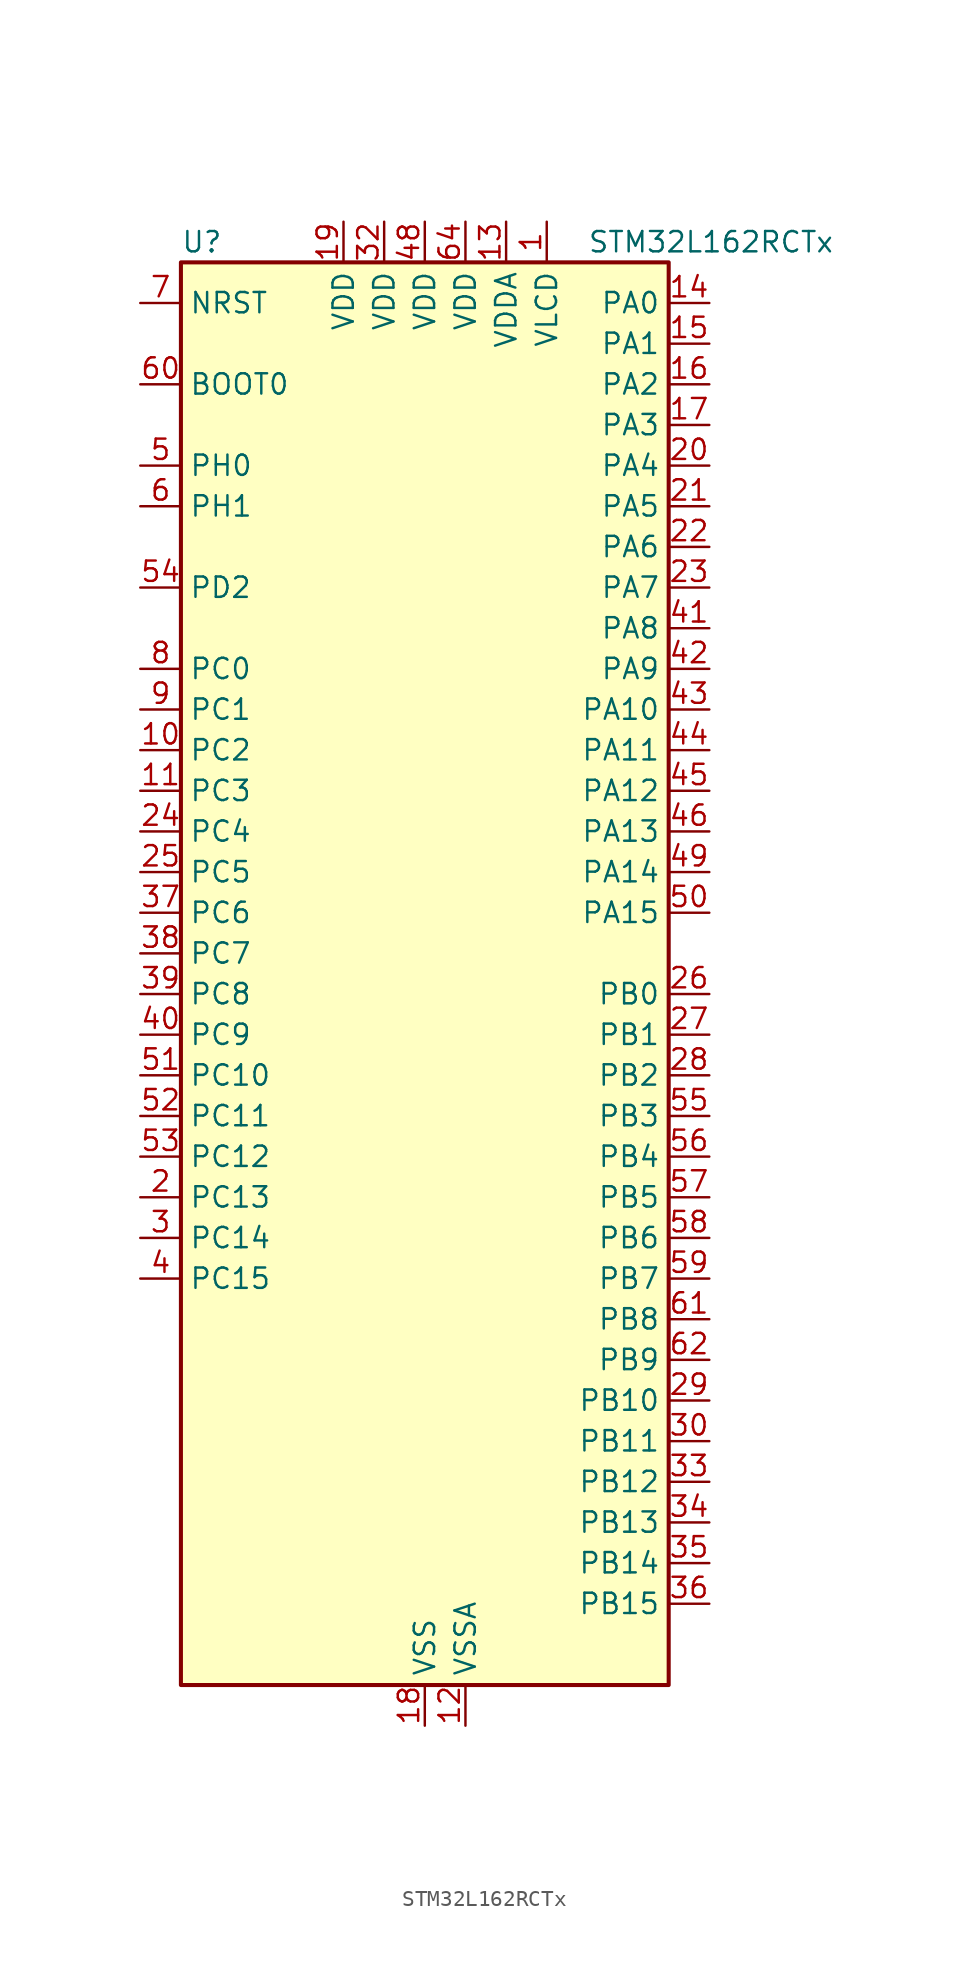
<source format=kicad_sym>
(kicad_symbol_lib
  (version 20231120)
  (generator "kicad-library-utils")
  (generator_version "8.0")
  (symbol "STM32L162RCTx"
    (property "Reference" "U"
      (at -15.24 46.99 0)
      (effects (font (size 1.27 1.27)) (justify left)))
    (property "Value" "STM32L162RCTx"
      (at 10.16 46.99 0)
      (effects (font (size 1.27 1.27)) (justify left)))
    (symbol "STM32L162RCTx_0_1"
      (rectangle (start -15.24 -43.18) (end 15.24 45.72) (stroke (width 0.254) (type default)) (fill (type background))))
    (symbol "STM32L162RCTx_1_1"
      (pin power_in line (at 7.62 48.26 270) (length 2.54) (name "VLCD" (effects (font (size 1.27 1.27)))) (number "1" (effects (font (size 1.27 1.27)))))
      (pin bidirectional line (at -17.78 15.24 0) (length 2.54) (name "PC2" (effects (font (size 1.27 1.27)))) (number "10" (effects (font (size 1.27 1.27)))) (alternate "ADC_IN12" bidirectional line) (alternate "COMP1_INP" bidirectional line) (alternate "LCD_SEG20" bidirectional line) (alternate "TIMX_IC3" bidirectional line) (alternate "TS_G8_IO3" bidirectional line))
      (pin bidirectional line (at -17.78 12.7 0) (length 2.54) (name "PC3" (effects (font (size 1.27 1.27)))) (number "11" (effects (font (size 1.27 1.27)))) (alternate "ADC_IN13" bidirectional line) (alternate "COMP1_INP" bidirectional line) (alternate "LCD_SEG21" bidirectional line) (alternate "TIMX_IC4" bidirectional line) (alternate "TS_G8_IO4" bidirectional line))
      (pin power_in line (at 2.54 -45.72 90) (length 2.54) (name "VSSA" (effects (font (size 1.27 1.27)))) (number "12" (effects (font (size 1.27 1.27)))))
      (pin power_in line (at 5.08 48.26 270) (length 2.54) (name "VDDA" (effects (font (size 1.27 1.27)))) (number "13" (effects (font (size 1.27 1.27)))))
      (pin bidirectional line (at 17.78 43.18 180) (length 2.54) (name "PA0" (effects (font (size 1.27 1.27)))) (number "14" (effects (font (size 1.27 1.27)))) (alternate "ADC_IN0" bidirectional line) (alternate "COMP1_INP" bidirectional line) (alternate "RTC_TAMP2" bidirectional line) (alternate "SYS_WKUP1" bidirectional line) (alternate "TIM2_CH1" bidirectional line) (alternate "TIM2_ETR" bidirectional line) (alternate "TIM5_CH1" bidirectional line) (alternate "TIMX_IC1" bidirectional line) (alternate "TS_G1_IO1" bidirectional line) (alternate "USART2_CTS" bidirectional line))
      (pin bidirectional line (at 17.78 40.64 180) (length 2.54) (name "PA1" (effects (font (size 1.27 1.27)))) (number "15" (effects (font (size 1.27 1.27)))) (alternate "ADC_IN1" bidirectional line) (alternate "COMP1_INP" bidirectional line) (alternate "LCD_SEG0" bidirectional line) (alternate "OPAMP1_VINP" bidirectional line) (alternate "TIM2_CH2" bidirectional line) (alternate "TIM5_CH2" bidirectional line) (alternate "TIMX_IC2" bidirectional line) (alternate "TS_G1_IO2" bidirectional line) (alternate "USART2_RTS" bidirectional line))
      (pin bidirectional line (at 17.78 38.1 180) (length 2.54) (name "PA2" (effects (font (size 1.27 1.27)))) (number "16" (effects (font (size 1.27 1.27)))) (alternate "ADC_IN2" bidirectional line) (alternate "COMP1_INP" bidirectional line) (alternate "LCD_SEG1" bidirectional line) (alternate "OPAMP1_VINM" bidirectional line) (alternate "TIM2_CH3" bidirectional line) (alternate "TIM5_CH3" bidirectional line) (alternate "TIM9_CH1" bidirectional line) (alternate "TIMX_IC3" bidirectional line) (alternate "TS_G1_IO3" bidirectional line) (alternate "USART2_TX" bidirectional line))
      (pin bidirectional line (at 17.78 35.56 180) (length 2.54) (name "PA3" (effects (font (size 1.27 1.27)))) (number "17" (effects (font (size 1.27 1.27)))) (alternate "ADC_IN3" bidirectional line) (alternate "COMP1_INP" bidirectional line) (alternate "LCD_SEG2" bidirectional line) (alternate "OPAMP1_VOUT" bidirectional line) (alternate "TIM2_CH4" bidirectional line) (alternate "TIM5_CH4" bidirectional line) (alternate "TIM9_CH2" bidirectional line) (alternate "TIMX_IC4" bidirectional line) (alternate "TS_G1_IO4" bidirectional line) (alternate "USART2_RX" bidirectional line))
      (pin power_in line (at 0 -45.72 90) (length 2.54) (name "VSS" (effects (font (size 1.27 1.27)))) (number "18" (effects (font (size 1.27 1.27)))))
      (pin power_in line (at -5.08 48.26 270) (length 2.54) (name "VDD" (effects (font (size 1.27 1.27)))) (number "19" (effects (font (size 1.27 1.27)))))
      (pin bidirectional line (at -17.78 -12.7 0) (length 2.54) (name "PC13" (effects (font (size 1.27 1.27)))) (number "2" (effects (font (size 1.27 1.27)))) (alternate "RTC_OUT_ALARM" bidirectional line) (alternate "RTC_OUT_CALIB" bidirectional line) (alternate "RTC_TAMP1" bidirectional line) (alternate "RTC_TS" bidirectional line) (alternate "SYS_WKUP2" bidirectional line) (alternate "TIMX_IC2" bidirectional line))
      (pin bidirectional line (at 17.78 33.02 180) (length 2.54) (name "PA4" (effects (font (size 1.27 1.27)))) (number "20" (effects (font (size 1.27 1.27)))) (alternate "ADC_IN4" bidirectional line) (alternate "COMP1_INP" bidirectional line) (alternate "DAC_OUT1" bidirectional line) (alternate "I2S3_WS" bidirectional line) (alternate "SPI1_NSS" bidirectional line) (alternate "SPI3_NSS" bidirectional line) (alternate "TIMX_IC1" bidirectional line) (alternate "USART2_CK" bidirectional line))
      (pin bidirectional line (at 17.78 30.48 180) (length 2.54) (name "PA5" (effects (font (size 1.27 1.27)))) (number "21" (effects (font (size 1.27 1.27)))) (alternate "ADC_IN5" bidirectional line) (alternate "COMP1_INP" bidirectional line) (alternate "DAC_OUT2" bidirectional line) (alternate "SPI1_SCK" bidirectional line) (alternate "TIM2_CH1" bidirectional line) (alternate "TIM2_ETR" bidirectional line) (alternate "TIMX_IC2" bidirectional line))
      (pin bidirectional line (at 17.78 27.94 180) (length 2.54) (name "PA6" (effects (font (size 1.27 1.27)))) (number "22" (effects (font (size 1.27 1.27)))) (alternate "ADC_IN6" bidirectional line) (alternate "COMP1_INP" bidirectional line) (alternate "LCD_SEG3" bidirectional line) (alternate "OPAMP2_VINP" bidirectional line) (alternate "SPI1_MISO" bidirectional line) (alternate "TIM10_CH1" bidirectional line) (alternate "TIM3_CH1" bidirectional line) (alternate "TIMX_IC3" bidirectional line) (alternate "TS_G2_IO1" bidirectional line))
      (pin bidirectional line (at 17.78 25.4 180) (length 2.54) (name "PA7" (effects (font (size 1.27 1.27)))) (number "23" (effects (font (size 1.27 1.27)))) (alternate "ADC_IN7" bidirectional line) (alternate "COMP1_INP" bidirectional line) (alternate "LCD_SEG4" bidirectional line) (alternate "OPAMP2_VINM" bidirectional line) (alternate "SPI1_MOSI" bidirectional line) (alternate "TIM11_CH1" bidirectional line) (alternate "TIM3_CH2" bidirectional line) (alternate "TIMX_IC4" bidirectional line) (alternate "TS_G2_IO2" bidirectional line))
      (pin bidirectional line (at -17.78 10.16 0) (length 2.54) (name "PC4" (effects (font (size 1.27 1.27)))) (number "24" (effects (font (size 1.27 1.27)))) (alternate "ADC_IN14" bidirectional line) (alternate "COMP1_INP" bidirectional line) (alternate "LCD_SEG22" bidirectional line) (alternate "TIMX_IC1" bidirectional line) (alternate "TS_G9_IO1" bidirectional line))
      (pin bidirectional line (at -17.78 7.62 0) (length 2.54) (name "PC5" (effects (font (size 1.27 1.27)))) (number "25" (effects (font (size 1.27 1.27)))) (alternate "ADC_IN15" bidirectional line) (alternate "COMP1_INP" bidirectional line) (alternate "LCD_SEG23" bidirectional line) (alternate "TIMX_IC2" bidirectional line) (alternate "TS_G9_IO2" bidirectional line))
      (pin bidirectional line (at 17.78 0 180) (length 2.54) (name "PB0" (effects (font (size 1.27 1.27)))) (number "26" (effects (font (size 1.27 1.27)))) (alternate "ADC_IN8" bidirectional line) (alternate "COMP1_INP" bidirectional line) (alternate "LCD_SEG5" bidirectional line) (alternate "OPAMP2_VOUT" bidirectional line) (alternate "SYS_V_REF_OUT" bidirectional line) (alternate "TIM3_CH3" bidirectional line) (alternate "TS_G3_IO1" bidirectional line))
      (pin bidirectional line (at 17.78 -2.54 180) (length 2.54) (name "PB1" (effects (font (size 1.27 1.27)))) (number "27" (effects (font (size 1.27 1.27)))) (alternate "ADC_IN9" bidirectional line) (alternate "COMP1_INP" bidirectional line) (alternate "LCD_SEG6" bidirectional line) (alternate "SYS_V_REF_OUT" bidirectional line) (alternate "TIM3_CH4" bidirectional line) (alternate "TS_G3_IO2" bidirectional line))
      (pin bidirectional line (at 17.78 -5.08 180) (length 2.54) (name "PB2" (effects (font (size 1.27 1.27)))) (number "28" (effects (font (size 1.27 1.27)))) (alternate "TS_G3_IO3" bidirectional line))
      (pin bidirectional line (at 17.78 -25.4 180) (length 2.54) (name "PB10" (effects (font (size 1.27 1.27)))) (number "29" (effects (font (size 1.27 1.27)))) (alternate "I2C2_SCL" bidirectional line) (alternate "LCD_SEG10" bidirectional line) (alternate "TIM2_CH3" bidirectional line) (alternate "USART3_TX" bidirectional line))
      (pin bidirectional line (at -17.78 -15.24 0) (length 2.54) (name "PC14" (effects (font (size 1.27 1.27)))) (number "3" (effects (font (size 1.27 1.27)))) (alternate "RCC_OSC32_IN" bidirectional line) (alternate "TIMX_IC3" bidirectional line))
      (pin bidirectional line (at 17.78 -27.94 180) (length 2.54) (name "PB11" (effects (font (size 1.27 1.27)))) (number "30" (effects (font (size 1.27 1.27)))) (alternate "ADC_EXTI11" bidirectional line) (alternate "I2C2_SDA" bidirectional line) (alternate "LCD_SEG11" bidirectional line) (alternate "TIM2_CH4" bidirectional line) (alternate "USART3_RX" bidirectional line))
      (pin passive line (at 0 -45.72 90) (length 2.54) hide (name "VSS" (effects (font (size 1.27 1.27)))) (number "31" (effects (font (size 1.27 1.27)))))
      (pin power_in line (at -2.54 48.26 270) (length 2.54) (name "VDD" (effects (font (size 1.27 1.27)))) (number "32" (effects (font (size 1.27 1.27)))))
      (pin bidirectional line (at 17.78 -30.48 180) (length 2.54) (name "PB12" (effects (font (size 1.27 1.27)))) (number "33" (effects (font (size 1.27 1.27)))) (alternate "ADC_IN18" bidirectional line) (alternate "COMP1_INP" bidirectional line) (alternate "I2C2_SMBA" bidirectional line) (alternate "I2S2_WS" bidirectional line) (alternate "LCD_SEG12" bidirectional line) (alternate "SPI2_NSS" bidirectional line) (alternate "TIM10_CH1" bidirectional line) (alternate "TS_G7_IO1" bidirectional line) (alternate "USART3_CK" bidirectional line))
      (pin bidirectional line (at 17.78 -33.02 180) (length 2.54) (name "PB13" (effects (font (size 1.27 1.27)))) (number "34" (effects (font (size 1.27 1.27)))) (alternate "ADC_IN19" bidirectional line) (alternate "COMP1_INP" bidirectional line) (alternate "I2S2_CK" bidirectional line) (alternate "LCD_SEG13" bidirectional line) (alternate "SPI2_SCK" bidirectional line) (alternate "TIM9_CH1" bidirectional line) (alternate "TS_G7_IO2" bidirectional line) (alternate "USART3_CTS" bidirectional line))
      (pin bidirectional line (at 17.78 -35.56 180) (length 2.54) (name "PB14" (effects (font (size 1.27 1.27)))) (number "35" (effects (font (size 1.27 1.27)))) (alternate "ADC_IN20" bidirectional line) (alternate "COMP1_INP" bidirectional line) (alternate "LCD_SEG14" bidirectional line) (alternate "SPI2_MISO" bidirectional line) (alternate "TIM9_CH2" bidirectional line) (alternate "TS_G7_IO3" bidirectional line) (alternate "USART3_RTS" bidirectional line))
      (pin bidirectional line (at 17.78 -38.1 180) (length 2.54) (name "PB15" (effects (font (size 1.27 1.27)))) (number "36" (effects (font (size 1.27 1.27)))) (alternate "ADC_EXTI15" bidirectional line) (alternate "ADC_IN21" bidirectional line) (alternate "COMP1_INP" bidirectional line) (alternate "I2S2_SD" bidirectional line) (alternate "LCD_SEG15" bidirectional line) (alternate "RTC_REFIN" bidirectional line) (alternate "SPI2_MOSI" bidirectional line) (alternate "TIM11_CH1" bidirectional line) (alternate "TS_G7_IO4" bidirectional line))
      (pin bidirectional line (at -17.78 5.08 0) (length 2.54) (name "PC6" (effects (font (size 1.27 1.27)))) (number "37" (effects (font (size 1.27 1.27)))) (alternate "I2S2_MCK" bidirectional line) (alternate "LCD_SEG24" bidirectional line) (alternate "TIM3_CH1" bidirectional line) (alternate "TIMX_IC3" bidirectional line) (alternate "TS_G10_IO1" bidirectional line))
      (pin bidirectional line (at -17.78 2.54 0) (length 2.54) (name "PC7" (effects (font (size 1.27 1.27)))) (number "38" (effects (font (size 1.27 1.27)))) (alternate "I2S3_MCK" bidirectional line) (alternate "LCD_SEG25" bidirectional line) (alternate "TIM3_CH2" bidirectional line) (alternate "TIMX_IC4" bidirectional line) (alternate "TS_G10_IO2" bidirectional line))
      (pin bidirectional line (at -17.78 0 0) (length 2.54) (name "PC8" (effects (font (size 1.27 1.27)))) (number "39" (effects (font (size 1.27 1.27)))) (alternate "LCD_SEG26" bidirectional line) (alternate "TIM3_CH3" bidirectional line) (alternate "TIMX_IC1" bidirectional line) (alternate "TS_G10_IO3" bidirectional line))
      (pin bidirectional line (at -17.78 -17.78 0) (length 2.54) (name "PC15" (effects (font (size 1.27 1.27)))) (number "4" (effects (font (size 1.27 1.27)))) (alternate "ADC_EXTI15" bidirectional line) (alternate "RCC_OSC32_OUT" bidirectional line) (alternate "TIMX_IC4" bidirectional line))
      (pin bidirectional line (at -17.78 -2.54 0) (length 2.54) (name "PC9" (effects (font (size 1.27 1.27)))) (number "40" (effects (font (size 1.27 1.27)))) (alternate "DAC_EXTI9" bidirectional line) (alternate "LCD_SEG27" bidirectional line) (alternate "TIM3_CH4" bidirectional line) (alternate "TIMX_IC2" bidirectional line) (alternate "TS_G10_IO4" bidirectional line))
      (pin bidirectional line (at 17.78 22.86 180) (length 2.54) (name "PA8" (effects (font (size 1.27 1.27)))) (number "41" (effects (font (size 1.27 1.27)))) (alternate "LCD_COM0" bidirectional line) (alternate "RCC_MCO" bidirectional line) (alternate "TIMX_IC1" bidirectional line) (alternate "TS_G4_IO1" bidirectional line) (alternate "USART1_CK" bidirectional line))
      (pin bidirectional line (at 17.78 20.32 180) (length 2.54) (name "PA9" (effects (font (size 1.27 1.27)))) (number "42" (effects (font (size 1.27 1.27)))) (alternate "DAC_EXTI9" bidirectional line) (alternate "LCD_COM1" bidirectional line) (alternate "TIMX_IC2" bidirectional line) (alternate "TS_G4_IO2" bidirectional line) (alternate "USART1_TX" bidirectional line))
      (pin bidirectional line (at 17.78 17.78 180) (length 2.54) (name "PA10" (effects (font (size 1.27 1.27)))) (number "43" (effects (font (size 1.27 1.27)))) (alternate "LCD_COM2" bidirectional line) (alternate "TIMX_IC3" bidirectional line) (alternate "TS_G4_IO3" bidirectional line) (alternate "USART1_RX" bidirectional line))
      (pin bidirectional line (at 17.78 15.24 180) (length 2.54) (name "PA11" (effects (font (size 1.27 1.27)))) (number "44" (effects (font (size 1.27 1.27)))) (alternate "ADC_EXTI11" bidirectional line) (alternate "SPI1_MISO" bidirectional line) (alternate "TIMX_IC4" bidirectional line) (alternate "USART1_CTS" bidirectional line) (alternate "USB_DM" bidirectional line))
      (pin bidirectional line (at 17.78 12.7 180) (length 2.54) (name "PA12" (effects (font (size 1.27 1.27)))) (number "45" (effects (font (size 1.27 1.27)))) (alternate "SPI1_MOSI" bidirectional line) (alternate "TIMX_IC1" bidirectional line) (alternate "USART1_RTS" bidirectional line) (alternate "USB_DP" bidirectional line))
      (pin bidirectional line (at 17.78 10.16 180) (length 2.54) (name "PA13" (effects (font (size 1.27 1.27)))) (number "46" (effects (font (size 1.27 1.27)))) (alternate "SYS_JTMS-SWDIO" bidirectional line) (alternate "TIMX_IC2" bidirectional line) (alternate "TS_G5_IO1" bidirectional line))
      (pin passive line (at 0 -45.72 90) (length 2.54) hide (name "VSS" (effects (font (size 1.27 1.27)))) (number "47" (effects (font (size 1.27 1.27)))))
      (pin power_in line (at 0 48.26 270) (length 2.54) (name "VDD" (effects (font (size 1.27 1.27)))) (number "48" (effects (font (size 1.27 1.27)))))
      (pin bidirectional line (at 17.78 7.62 180) (length 2.54) (name "PA14" (effects (font (size 1.27 1.27)))) (number "49" (effects (font (size 1.27 1.27)))) (alternate "SYS_JTCK-SWCLK" bidirectional line) (alternate "TIMX_IC3" bidirectional line) (alternate "TS_G5_IO2" bidirectional line))
      (pin bidirectional line (at -17.78 33.02 0) (length 2.54) (name "PH0" (effects (font (size 1.27 1.27)))) (number "5" (effects (font (size 1.27 1.27)))) (alternate "RCC_OSC_IN" bidirectional line))
      (pin bidirectional line (at 17.78 5.08 180) (length 2.54) (name "PA15" (effects (font (size 1.27 1.27)))) (number "50" (effects (font (size 1.27 1.27)))) (alternate "ADC_EXTI15" bidirectional line) (alternate "I2S3_WS" bidirectional line) (alternate "LCD_SEG17" bidirectional line) (alternate "SPI1_NSS" bidirectional line) (alternate "SPI3_NSS" bidirectional line) (alternate "SYS_JTDI" bidirectional line) (alternate "TIM2_CH1" bidirectional line) (alternate "TIM2_ETR" bidirectional line) (alternate "TIMX_IC4" bidirectional line) (alternate "TS_G5_IO3" bidirectional line))
      (pin bidirectional line (at -17.78 -5.08 0) (length 2.54) (name "PC10" (effects (font (size 1.27 1.27)))) (number "51" (effects (font (size 1.27 1.27)))) (alternate "I2S3_CK" bidirectional line) (alternate "LCD_COM4" bidirectional line) (alternate "LCD_SEG28" bidirectional line) (alternate "SPI3_SCK" bidirectional line) (alternate "TIMX_IC3" bidirectional line) (alternate "USART3_TX" bidirectional line))
      (pin bidirectional line (at -17.78 -7.62 0) (length 2.54) (name "PC11" (effects (font (size 1.27 1.27)))) (number "52" (effects (font (size 1.27 1.27)))) (alternate "ADC_EXTI11" bidirectional line) (alternate "LCD_COM5" bidirectional line) (alternate "LCD_SEG29" bidirectional line) (alternate "SPI3_MISO" bidirectional line) (alternate "TIMX_IC4" bidirectional line) (alternate "USART3_RX" bidirectional line))
      (pin bidirectional line (at -17.78 -10.16 0) (length 2.54) (name "PC12" (effects (font (size 1.27 1.27)))) (number "53" (effects (font (size 1.27 1.27)))) (alternate "I2S3_SD" bidirectional line) (alternate "LCD_COM6" bidirectional line) (alternate "LCD_SEG30" bidirectional line) (alternate "SPI3_MOSI" bidirectional line) (alternate "TIMX_IC1" bidirectional line) (alternate "USART3_CK" bidirectional line))
      (pin bidirectional line (at -17.78 25.4 0) (length 2.54) (name "PD2" (effects (font (size 1.27 1.27)))) (number "54" (effects (font (size 1.27 1.27)))) (alternate "LCD_COM7" bidirectional line) (alternate "LCD_SEG31" bidirectional line) (alternate "TIM3_ETR" bidirectional line) (alternate "TIMX_IC3" bidirectional line))
      (pin bidirectional line (at 17.78 -7.62 180) (length 2.54) (name "PB3" (effects (font (size 1.27 1.27)))) (number "55" (effects (font (size 1.27 1.27)))) (alternate "COMP2_INM" bidirectional line) (alternate "I2S3_CK" bidirectional line) (alternate "LCD_SEG7" bidirectional line) (alternate "SPI1_SCK" bidirectional line) (alternate "SPI3_SCK" bidirectional line) (alternate "SYS_JTDO-TRACESWO" bidirectional line) (alternate "TIM2_CH2" bidirectional line))
      (pin bidirectional line (at 17.78 -10.16 180) (length 2.54) (name "PB4" (effects (font (size 1.27 1.27)))) (number "56" (effects (font (size 1.27 1.27)))) (alternate "COMP2_INP" bidirectional line) (alternate "LCD_SEG8" bidirectional line) (alternate "SPI1_MISO" bidirectional line) (alternate "SPI3_MISO" bidirectional line) (alternate "SYS_JTRST" bidirectional line) (alternate "TIM3_CH1" bidirectional line) (alternate "TS_G6_IO1" bidirectional line))
      (pin bidirectional line (at 17.78 -12.7 180) (length 2.54) (name "PB5" (effects (font (size 1.27 1.27)))) (number "57" (effects (font (size 1.27 1.27)))) (alternate "COMP2_INP" bidirectional line) (alternate "I2C1_SMBA" bidirectional line) (alternate "I2S3_SD" bidirectional line) (alternate "LCD_SEG9" bidirectional line) (alternate "SPI1_MOSI" bidirectional line) (alternate "SPI3_MOSI" bidirectional line) (alternate "TIM3_CH2" bidirectional line) (alternate "TS_G6_IO2" bidirectional line))
      (pin bidirectional line (at 17.78 -15.24 180) (length 2.54) (name "PB6" (effects (font (size 1.27 1.27)))) (number "58" (effects (font (size 1.27 1.27)))) (alternate "COMP2_INP" bidirectional line) (alternate "I2C1_SCL" bidirectional line) (alternate "TIM4_CH1" bidirectional line) (alternate "TS_G6_IO3" bidirectional line) (alternate "USART1_TX" bidirectional line))
      (pin bidirectional line (at 17.78 -17.78 180) (length 2.54) (name "PB7" (effects (font (size 1.27 1.27)))) (number "59" (effects (font (size 1.27 1.27)))) (alternate "COMP2_INP" bidirectional line) (alternate "I2C1_SDA" bidirectional line) (alternate "SYS_PVD_IN" bidirectional line) (alternate "TIM4_CH2" bidirectional line) (alternate "TS_G6_IO4" bidirectional line) (alternate "USART1_RX" bidirectional line))
      (pin bidirectional line (at -17.78 30.48 0) (length 2.54) (name "PH1" (effects (font (size 1.27 1.27)))) (number "6" (effects (font (size 1.27 1.27)))) (alternate "RCC_OSC_OUT" bidirectional line))
      (pin input line (at -17.78 38.1 0) (length 2.54) (name "BOOT0" (effects (font (size 1.27 1.27)))) (number "60" (effects (font (size 1.27 1.27)))))
      (pin bidirectional line (at 17.78 -20.32 180) (length 2.54) (name "PB8" (effects (font (size 1.27 1.27)))) (number "61" (effects (font (size 1.27 1.27)))) (alternate "I2C1_SCL" bidirectional line) (alternate "LCD_SEG16" bidirectional line) (alternate "TIM10_CH1" bidirectional line) (alternate "TIM4_CH3" bidirectional line))
      (pin bidirectional line (at 17.78 -22.86 180) (length 2.54) (name "PB9" (effects (font (size 1.27 1.27)))) (number "62" (effects (font (size 1.27 1.27)))) (alternate "DAC_EXTI9" bidirectional line) (alternate "I2C1_SDA" bidirectional line) (alternate "LCD_COM3" bidirectional line) (alternate "TIM11_CH1" bidirectional line) (alternate "TIM4_CH4" bidirectional line))
      (pin passive line (at 0 -45.72 90) (length 2.54) hide (name "VSS" (effects (font (size 1.27 1.27)))) (number "63" (effects (font (size 1.27 1.27)))))
      (pin power_in line (at 2.54 48.26 270) (length 2.54) (name "VDD" (effects (font (size 1.27 1.27)))) (number "64" (effects (font (size 1.27 1.27)))))
      (pin input line (at -17.78 43.18 0) (length 2.54) (name "NRST" (effects (font (size 1.27 1.27)))) (number "7" (effects (font (size 1.27 1.27)))))
      (pin bidirectional line (at -17.78 20.32 0) (length 2.54) (name "PC0" (effects (font (size 1.27 1.27)))) (number "8" (effects (font (size 1.27 1.27)))) (alternate "ADC_IN10" bidirectional line) (alternate "COMP1_INP" bidirectional line) (alternate "LCD_SEG18" bidirectional line) (alternate "TIMX_IC1" bidirectional line) (alternate "TS_G8_IO1" bidirectional line))
      (pin bidirectional line (at -17.78 17.78 0) (length 2.54) (name "PC1" (effects (font (size 1.27 1.27)))) (number "9" (effects (font (size 1.27 1.27)))) (alternate "ADC_IN11" bidirectional line) (alternate "COMP1_INP" bidirectional line) (alternate "LCD_SEG19" bidirectional line) (alternate "TIMX_IC2" bidirectional line) (alternate "TS_G8_IO2" bidirectional line)))))
</source>
